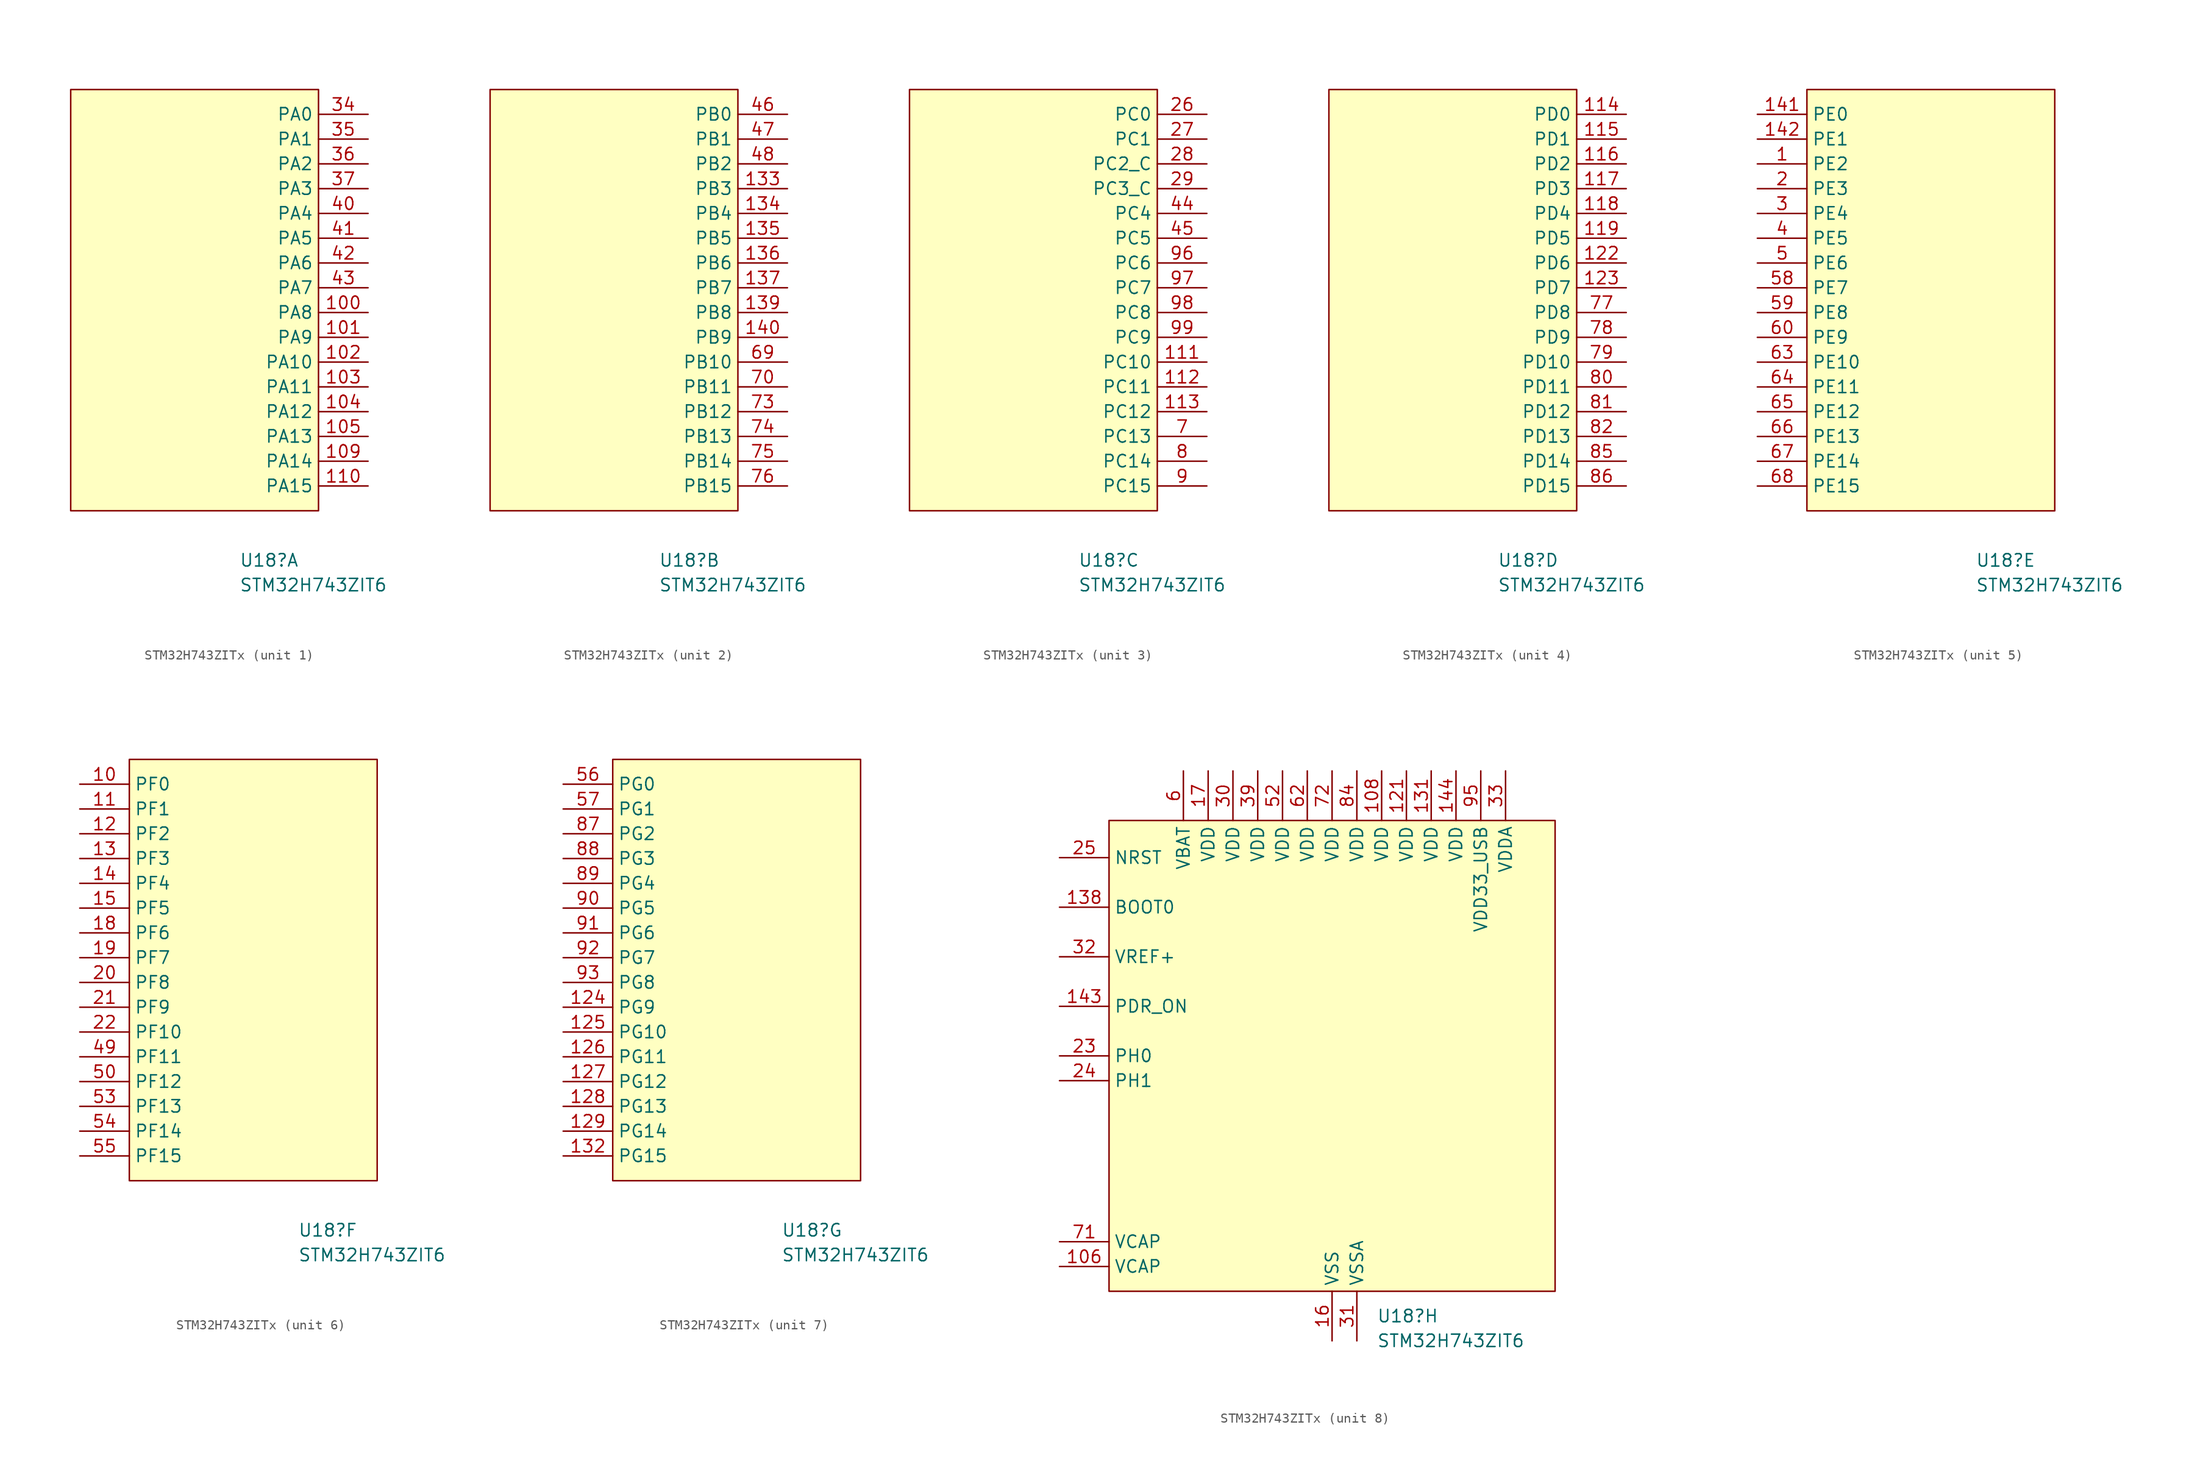
<source format=kicad_sym>
(kicad_symbol_lib
  (version 20241209)
  (generator "kicad_symbol_editor")
  (generator_version "9.0")
  (symbol "STM32H743ZITx"
    (property "Reference" "U18"
      (at 4.572 -26.67 0)
      (effects (font (size 1.27 1.27)) (justify left)))
    (property "Value" "STM32H743ZIT6"
      (at 4.572 -29.21 0)
      (effects (font (size 1.27 1.27)) (justify left)))
    (property "Arrow Part Number" ""
      (at 0 0 0)
      (effects (font (size 1.27 1.27))))
    (property "Arrow Price/Stock" ""
      (at 0 0 0)
      (effects (font (size 1.27 1.27))))
    (property "ki_locked" ""
      (at 0 0 0)
      (effects (font (size 1.27 1.27))))
    (symbol "STM32H743ZITx_1_1"
      (rectangle (start -12.7 21.59) (end 12.7 -21.59) (stroke (width 0) (type solid)) (fill (type background)))
      (pin bidirectional line (at 17.78 19.05 180) (length 5.08) (name "PA0" (effects (font (size 1.27 1.27)))) (number "34" (effects (font (size 1.27 1.27)))) (alternate "ADC1_INP16" bidirectional line) (alternate "ETH_CRS" bidirectional line) (alternate "PWR_WKUP1" bidirectional line) (alternate "SAI2_SD_B" bidirectional line) (alternate "SDMMC2_CMD" bidirectional line) (alternate "TIM15_BKIN" bidirectional line) (alternate "TIM2_CH1" bidirectional line) (alternate "TIM2_ETR" bidirectional line) (alternate "TIM5_CH1" bidirectional line) (alternate "TIM8_ETR" bidirectional line) (alternate "UART4_TX" bidirectional line) (alternate "USART2_CTS" bidirectional line) (alternate "USART2_NSS" bidirectional line))
      (pin bidirectional line (at 17.78 16.51 180) (length 5.08) (name "PA1" (effects (font (size 1.27 1.27)))) (number "35" (effects (font (size 1.27 1.27)))) (alternate "ADC1_INN16" bidirectional line) (alternate "ADC1_INP17" bidirectional line) (alternate "ETH_REF_CLK" bidirectional line) (alternate "ETH_RX_CLK" bidirectional line) (alternate "LPTIM3_OUT" bidirectional line) (alternate "LTDC_R2" bidirectional line) (alternate "QUADSPI_BK1_IO3" bidirectional line) (alternate "SAI2_MCLK_B" bidirectional line) (alternate "TIM15_CH1N" bidirectional line) (alternate "TIM2_CH2" bidirectional line) (alternate "TIM5_CH2" bidirectional line) (alternate "UART4_RX" bidirectional line) (alternate "USART2_DE" bidirectional line) (alternate "USART2_RTS" bidirectional line))
      (pin bidirectional line (at 17.78 13.97 180) (length 5.08) (name "PA2" (effects (font (size 1.27 1.27)))) (number "36" (effects (font (size 1.27 1.27)))) (alternate "ADC1_INP14" bidirectional line) (alternate "ADC2_INP14" bidirectional line) (alternate "ETH_MDIO" bidirectional line) (alternate "LPTIM4_OUT" bidirectional line) (alternate "LTDC_R1" bidirectional line) (alternate "MDIOS_MDIO" bidirectional line) (alternate "PWR_WKUP2" bidirectional line) (alternate "SAI2_SCK_B" bidirectional line) (alternate "TIM15_CH1" bidirectional line) (alternate "TIM2_CH3" bidirectional line) (alternate "TIM5_CH3" bidirectional line) (alternate "USART2_TX" bidirectional line))
      (pin bidirectional line (at 17.78 11.43 180) (length 5.08) (name "PA3" (effects (font (size 1.27 1.27)))) (number "37" (effects (font (size 1.27 1.27)))) (alternate "ADC1_INP15" bidirectional line) (alternate "ADC2_INP15" bidirectional line) (alternate "ETH_COL" bidirectional line) (alternate "LPTIM5_OUT" bidirectional line) (alternate "LTDC_B2" bidirectional line) (alternate "LTDC_B5" bidirectional line) (alternate "TIM15_CH2" bidirectional line) (alternate "TIM2_CH4" bidirectional line) (alternate "TIM5_CH4" bidirectional line) (alternate "USART2_RX" bidirectional line) (alternate "USB_OTG_HS_ULPI_D0" bidirectional line))
      (pin bidirectional line (at 17.78 8.89 180) (length 5.08) (name "PA4" (effects (font (size 1.27 1.27)))) (number "40" (effects (font (size 1.27 1.27)))) (alternate "ADC1_INP18" bidirectional line) (alternate "ADC2_INP18" bidirectional line) (alternate "DAC1_OUT1" bidirectional line) (alternate "DCMI_HSYNC" bidirectional line) (alternate "I2S1_WS" bidirectional line) (alternate "I2S3_WS" bidirectional line) (alternate "LTDC_VSYNC" bidirectional line) (alternate "SPI1_NSS" bidirectional line) (alternate "SPI3_NSS" bidirectional line) (alternate "SPI6_NSS" bidirectional line) (alternate "TIM5_ETR" bidirectional line) (alternate "USART2_CK" bidirectional line) (alternate "USB_OTG_HS_SOF" bidirectional line))
      (pin bidirectional line (at 17.78 6.35 180) (length 5.08) (name "PA5" (effects (font (size 1.27 1.27)))) (number "41" (effects (font (size 1.27 1.27)))) (alternate "ADC1_INN18" bidirectional line) (alternate "ADC1_INP19" bidirectional line) (alternate "ADC2_INN18" bidirectional line) (alternate "ADC2_INP19" bidirectional line) (alternate "DAC1_OUT2" bidirectional line) (alternate "I2S1_CK" bidirectional line) (alternate "LTDC_R4" bidirectional line) (alternate "PWR_NDSTOP2" bidirectional line) (alternate "SPI1_SCK" bidirectional line) (alternate "SPI6_SCK" bidirectional line) (alternate "TIM2_CH1" bidirectional line) (alternate "TIM2_ETR" bidirectional line) (alternate "TIM8_CH1N" bidirectional line) (alternate "USB_OTG_HS_ULPI_CK" bidirectional line))
      (pin bidirectional line (at 17.78 3.81 180) (length 5.08) (name "PA6" (effects (font (size 1.27 1.27)))) (number "42" (effects (font (size 1.27 1.27)))) (alternate "ADC1_INP3" bidirectional line) (alternate "ADC2_INP3" bidirectional line) (alternate "DCMI_PIXCLK" bidirectional line) (alternate "I2S1_SDI" bidirectional line) (alternate "LTDC_G2" bidirectional line) (alternate "MDIOS_MDC" bidirectional line) (alternate "SPI1_MISO" bidirectional line) (alternate "SPI6_MISO" bidirectional line) (alternate "TIM13_CH1" bidirectional line) (alternate "TIM1_BKIN" bidirectional line) (alternate "TIM1_BKIN_COMP1" bidirectional line) (alternate "TIM1_BKIN_COMP2" bidirectional line) (alternate "TIM3_CH1" bidirectional line) (alternate "TIM8_BKIN" bidirectional line) (alternate "TIM8_BKIN_COMP1" bidirectional line) (alternate "TIM8_BKIN_COMP2" bidirectional line))
      (pin bidirectional line (at 17.78 1.27 180) (length 5.08) (name "PA7" (effects (font (size 1.27 1.27)))) (number "43" (effects (font (size 1.27 1.27)))) (alternate "ADC1_INN3" bidirectional line) (alternate "ADC1_INP7" bidirectional line) (alternate "ADC2_INN3" bidirectional line) (alternate "ADC2_INP7" bidirectional line) (alternate "ETH_CRS_DV" bidirectional line) (alternate "ETH_RX_DV" bidirectional line) (alternate "FMC_SDNWE" bidirectional line) (alternate "I2S1_SDO" bidirectional line) (alternate "OPAMP1_VINM" bidirectional line) (alternate "OPAMP1_VINM1" bidirectional line) (alternate "SPI1_MOSI" bidirectional line) (alternate "SPI6_MOSI" bidirectional line) (alternate "TIM14_CH1" bidirectional line) (alternate "TIM1_CH1N" bidirectional line) (alternate "TIM3_CH2" bidirectional line) (alternate "TIM8_CH1N" bidirectional line))
      (pin bidirectional line (at 17.78 -1.27 180) (length 5.08) (name "PA8" (effects (font (size 1.27 1.27)))) (number "100" (effects (font (size 1.27 1.27)))) (alternate "HRTIM_CHB2" bidirectional line) (alternate "I2C3_SCL" bidirectional line) (alternate "LTDC_B3" bidirectional line) (alternate "LTDC_R6" bidirectional line) (alternate "RCC_MCO_1" bidirectional line) (alternate "TIM1_CH1" bidirectional line) (alternate "TIM8_BKIN2" bidirectional line) (alternate "TIM8_BKIN2_COMP1" bidirectional line) (alternate "TIM8_BKIN2_COMP2" bidirectional line) (alternate "UART7_RX" bidirectional line) (alternate "USART1_CK" bidirectional line) (alternate "USB_OTG_FS_SOF" bidirectional line))
      (pin bidirectional line (at 17.78 -3.81 180) (length 5.08) (name "PA9" (effects (font (size 1.27 1.27)))) (number "101" (effects (font (size 1.27 1.27)))) (alternate "DAC1_EXTI9" bidirectional line) (alternate "DCMI_D0" bidirectional line) (alternate "ETH_TX_ER" bidirectional line) (alternate "HRTIM_CHC1" bidirectional line) (alternate "I2C3_SMBA" bidirectional line) (alternate "I2S2_CK" bidirectional line) (alternate "LPUART1_TX" bidirectional line) (alternate "LTDC_R5" bidirectional line) (alternate "SPI2_SCK" bidirectional line) (alternate "TIM1_CH2" bidirectional line) (alternate "USART1_TX" bidirectional line) (alternate "USB_OTG_FS_VBUS" bidirectional line))
      (pin bidirectional line (at 17.78 -6.35 180) (length 5.08) (name "PA10" (effects (font (size 1.27 1.27)))) (number "102" (effects (font (size 1.27 1.27)))) (alternate "DCMI_D1" bidirectional line) (alternate "HRTIM_CHC2" bidirectional line) (alternate "LPUART1_RX" bidirectional line) (alternate "LTDC_B1" bidirectional line) (alternate "LTDC_B4" bidirectional line) (alternate "MDIOS_MDIO" bidirectional line) (alternate "TIM1_CH3" bidirectional line) (alternate "USART1_RX" bidirectional line) (alternate "USB_OTG_FS_ID" bidirectional line))
      (pin bidirectional line (at 17.78 -8.89 180) (length 5.08) (name "PA11" (effects (font (size 1.27 1.27)))) (number "103" (effects (font (size 1.27 1.27)))) (alternate "ADC1_EXTI11" bidirectional line) (alternate "ADC2_EXTI11" bidirectional line) (alternate "ADC3_EXTI11" bidirectional line) (alternate "FDCAN1_RX" bidirectional line) (alternate "HRTIM_CHD1" bidirectional line) (alternate "I2S2_WS" bidirectional line) (alternate "LPUART1_CTS" bidirectional line) (alternate "LTDC_R4" bidirectional line) (alternate "SPI2_NSS" bidirectional line) (alternate "TIM1_CH4" bidirectional line) (alternate "UART4_RX" bidirectional line) (alternate "USART1_CTS" bidirectional line) (alternate "USART1_NSS" bidirectional line) (alternate "USB_OTG_FS_DM" bidirectional line))
      (pin bidirectional line (at 17.78 -11.43 180) (length 5.08) (name "PA12" (effects (font (size 1.27 1.27)))) (number "104" (effects (font (size 1.27 1.27)))) (alternate "FDCAN1_TX" bidirectional line) (alternate "HRTIM_CHD2" bidirectional line) (alternate "I2S2_CK" bidirectional line) (alternate "LPUART1_DE" bidirectional line) (alternate "LPUART1_RTS" bidirectional line) (alternate "LTDC_R5" bidirectional line) (alternate "SAI2_FS_B" bidirectional line) (alternate "SPI2_SCK" bidirectional line) (alternate "TIM1_ETR" bidirectional line) (alternate "UART4_TX" bidirectional line) (alternate "USART1_DE" bidirectional line) (alternate "USART1_RTS" bidirectional line) (alternate "USB_OTG_FS_DP" bidirectional line))
      (pin bidirectional line (at 17.78 -13.97 180) (length 5.08) (name "PA13" (effects (font (size 1.27 1.27)))) (number "105" (effects (font (size 1.27 1.27)))) (alternate "DEBUG_JTMS-SWDIO" bidirectional line))
      (pin bidirectional line (at 17.78 -16.51 180) (length 5.08) (name "PA14" (effects (font (size 1.27 1.27)))) (number "109" (effects (font (size 1.27 1.27)))) (alternate "DEBUG_JTCK-SWCLK" bidirectional line))
      (pin bidirectional line (at 17.78 -19.05 180) (length 5.08) (name "PA15" (effects (font (size 1.27 1.27)))) (number "110" (effects (font (size 1.27 1.27)))) (alternate "ADC1_EXTI15" bidirectional line) (alternate "ADC2_EXTI15" bidirectional line) (alternate "ADC3_EXTI15" bidirectional line) (alternate "CEC" bidirectional line) (alternate "DEBUG_JTDI" bidirectional line) (alternate "HRTIM_FLT1" bidirectional line) (alternate "I2S1_WS" bidirectional line) (alternate "I2S3_WS" bidirectional line) (alternate "SPI1_NSS" bidirectional line) (alternate "SPI3_NSS" bidirectional line) (alternate "SPI6_NSS" bidirectional line) (alternate "TIM2_CH1" bidirectional line) (alternate "TIM2_ETR" bidirectional line) (alternate "UART4_DE" bidirectional line) (alternate "UART4_RTS" bidirectional line) (alternate "UART7_TX" bidirectional line)))
    (symbol "STM32H743ZITx_2_1"
      (rectangle (start -12.7 21.59) (end 12.7 -21.59) (stroke (width 0) (type solid)) (fill (type background)))
      (pin bidirectional line (at 17.78 19.05 180) (length 5.08) (name "PB0" (effects (font (size 1.27 1.27)))) (number "46" (effects (font (size 1.27 1.27)))) (alternate "ADC1_INN5" bidirectional line) (alternate "ADC1_INP9" bidirectional line) (alternate "ADC2_INN5" bidirectional line) (alternate "ADC2_INP9" bidirectional line) (alternate "COMP1_INP" bidirectional line) (alternate "DFSDM1_CKOUT" bidirectional line) (alternate "ETH_RXD2" bidirectional line) (alternate "LTDC_G1" bidirectional line) (alternate "LTDC_R3" bidirectional line) (alternate "OPAMP1_VINP" bidirectional line) (alternate "TIM1_CH2N" bidirectional line) (alternate "TIM3_CH3" bidirectional line) (alternate "TIM8_CH2N" bidirectional line) (alternate "UART4_CTS" bidirectional line) (alternate "USB_OTG_HS_ULPI_D1" bidirectional line))
      (pin bidirectional line (at 17.78 16.51 180) (length 5.08) (name "PB1" (effects (font (size 1.27 1.27)))) (number "47" (effects (font (size 1.27 1.27)))) (alternate "ADC1_INP5" bidirectional line) (alternate "ADC2_INP5" bidirectional line) (alternate "COMP1_INM" bidirectional line) (alternate "DFSDM1_DATIN1" bidirectional line) (alternate "ETH_RXD3" bidirectional line) (alternate "LTDC_G0" bidirectional line) (alternate "LTDC_R6" bidirectional line) (alternate "TIM1_CH3N" bidirectional line) (alternate "TIM3_CH4" bidirectional line) (alternate "TIM8_CH3N" bidirectional line) (alternate "USB_OTG_HS_ULPI_D2" bidirectional line))
      (pin bidirectional line (at 17.78 13.97 180) (length 5.08) (name "PB2" (effects (font (size 1.27 1.27)))) (number "48" (effects (font (size 1.27 1.27)))) (alternate "COMP1_INP" bidirectional line) (alternate "DFSDM1_CKIN1" bidirectional line) (alternate "ETH_TX_ER" bidirectional line) (alternate "I2S3_SDO" bidirectional line) (alternate "QUADSPI_CLK" bidirectional line) (alternate "RTC_OUT_ALARM" bidirectional line) (alternate "RTC_OUT_CALIB" bidirectional line) (alternate "SAI1_D1" bidirectional line) (alternate "SAI1_SD_A" bidirectional line) (alternate "SAI4_D1" bidirectional line) (alternate "SAI4_SD_A" bidirectional line) (alternate "SPI3_MOSI" bidirectional line))
      (pin bidirectional line (at 17.78 11.43 180) (length 5.08) (name "PB3" (effects (font (size 1.27 1.27)))) (number "133" (effects (font (size 1.27 1.27)))) (alternate "CRS_SYNC" bidirectional line) (alternate "DEBUG_JTDO-SWO" bidirectional line) (alternate "HRTIM_FLT4" bidirectional line) (alternate "I2S1_CK" bidirectional line) (alternate "I2S3_CK" bidirectional line) (alternate "SDMMC2_D2" bidirectional line) (alternate "SPI1_SCK" bidirectional line) (alternate "SPI3_SCK" bidirectional line) (alternate "SPI6_SCK" bidirectional line) (alternate "TIM2_CH2" bidirectional line) (alternate "UART7_RX" bidirectional line))
      (pin bidirectional line (at 17.78 8.89 180) (length 5.08) (name "PB4" (effects (font (size 1.27 1.27)))) (number "134" (effects (font (size 1.27 1.27)))) (alternate "DEBUG_JTRST" bidirectional line) (alternate "HRTIM_EEV6" bidirectional line) (alternate "I2S1_SDI" bidirectional line) (alternate "I2S2_WS" bidirectional line) (alternate "I2S3_SDI" bidirectional line) (alternate "SDMMC2_D3" bidirectional line) (alternate "SPI1_MISO" bidirectional line) (alternate "SPI2_NSS" bidirectional line) (alternate "SPI3_MISO" bidirectional line) (alternate "SPI6_MISO" bidirectional line) (alternate "TIM16_BKIN" bidirectional line) (alternate "TIM3_CH1" bidirectional line) (alternate "UART7_TX" bidirectional line))
      (pin bidirectional line (at 17.78 6.35 180) (length 5.08) (name "PB5" (effects (font (size 1.27 1.27)))) (number "135" (effects (font (size 1.27 1.27)))) (alternate "DCMI_D10" bidirectional line) (alternate "ETH_PPS_OUT" bidirectional line) (alternate "FDCAN2_RX" bidirectional line) (alternate "FMC_SDCKE1" bidirectional line) (alternate "HRTIM_EEV7" bidirectional line) (alternate "I2C1_SMBA" bidirectional line) (alternate "I2C4_SMBA" bidirectional line) (alternate "I2S1_SDO" bidirectional line) (alternate "I2S3_SDO" bidirectional line) (alternate "SPI1_MOSI" bidirectional line) (alternate "SPI3_MOSI" bidirectional line) (alternate "SPI6_MOSI" bidirectional line) (alternate "TIM17_BKIN" bidirectional line) (alternate "TIM3_CH2" bidirectional line) (alternate "UART5_RX" bidirectional line) (alternate "USB_OTG_HS_ULPI_D7" bidirectional line))
      (pin bidirectional line (at 17.78 3.81 180) (length 5.08) (name "PB6" (effects (font (size 1.27 1.27)))) (number "136" (effects (font (size 1.27 1.27)))) (alternate "CEC" bidirectional line) (alternate "DCMI_D5" bidirectional line) (alternate "DFSDM1_DATIN5" bidirectional line) (alternate "FDCAN2_TX" bidirectional line) (alternate "FMC_SDNE1" bidirectional line) (alternate "HRTIM_EEV8" bidirectional line) (alternate "I2C1_SCL" bidirectional line) (alternate "I2C4_SCL" bidirectional line) (alternate "LPUART1_TX" bidirectional line) (alternate "QUADSPI_BK1_NCS" bidirectional line) (alternate "TIM16_CH1N" bidirectional line) (alternate "TIM4_CH1" bidirectional line) (alternate "UART5_TX" bidirectional line) (alternate "USART1_TX" bidirectional line))
      (pin bidirectional line (at 17.78 1.27 180) (length 5.08) (name "PB7" (effects (font (size 1.27 1.27)))) (number "137" (effects (font (size 1.27 1.27)))) (alternate "DCMI_VSYNC" bidirectional line) (alternate "DFSDM1_CKIN5" bidirectional line) (alternate "FMC_NL" bidirectional line) (alternate "HRTIM_EEV9" bidirectional line) (alternate "I2C1_SDA" bidirectional line) (alternate "I2C4_SDA" bidirectional line) (alternate "LPUART1_RX" bidirectional line) (alternate "PWR_PVD_IN" bidirectional line) (alternate "TIM17_CH1N" bidirectional line) (alternate "TIM4_CH2" bidirectional line) (alternate "USART1_RX" bidirectional line))
      (pin bidirectional line (at 17.78 -1.27 180) (length 5.08) (name "PB8" (effects (font (size 1.27 1.27)))) (number "139" (effects (font (size 1.27 1.27)))) (alternate "DCMI_D6" bidirectional line) (alternate "DFSDM1_CKIN7" bidirectional line) (alternate "ETH_TXD3" bidirectional line) (alternate "FDCAN1_RX" bidirectional line) (alternate "I2C1_SCL" bidirectional line) (alternate "I2C4_SCL" bidirectional line) (alternate "LTDC_B6" bidirectional line) (alternate "SDMMC1_CKIN" bidirectional line) (alternate "SDMMC1_D4" bidirectional line) (alternate "SDMMC2_D4" bidirectional line) (alternate "TIM16_CH1" bidirectional line) (alternate "TIM4_CH3" bidirectional line) (alternate "UART4_RX" bidirectional line))
      (pin bidirectional line (at 17.78 -3.81 180) (length 5.08) (name "PB9" (effects (font (size 1.27 1.27)))) (number "140" (effects (font (size 1.27 1.27)))) (alternate "DAC1_EXTI9" bidirectional line) (alternate "DCMI_D7" bidirectional line) (alternate "DFSDM1_DATIN7" bidirectional line) (alternate "FDCAN1_TX" bidirectional line) (alternate "I2C1_SDA" bidirectional line) (alternate "I2C4_SDA" bidirectional line) (alternate "I2C4_SMBA" bidirectional line) (alternate "I2S2_WS" bidirectional line) (alternate "LTDC_B7" bidirectional line) (alternate "SDMMC1_CDIR" bidirectional line) (alternate "SDMMC1_D5" bidirectional line) (alternate "SDMMC2_D5" bidirectional line) (alternate "SPI2_NSS" bidirectional line) (alternate "TIM17_CH1" bidirectional line) (alternate "TIM4_CH4" bidirectional line) (alternate "UART4_TX" bidirectional line))
      (pin bidirectional line (at 17.78 -6.35 180) (length 5.08) (name "PB10" (effects (font (size 1.27 1.27)))) (number "69" (effects (font (size 1.27 1.27)))) (alternate "DFSDM1_DATIN7" bidirectional line) (alternate "ETH_RX_ER" bidirectional line) (alternate "HRTIM_SCOUT" bidirectional line) (alternate "I2C2_SCL" bidirectional line) (alternate "I2S2_CK" bidirectional line) (alternate "LPTIM2_IN1" bidirectional line) (alternate "LTDC_G4" bidirectional line) (alternate "QUADSPI_BK1_NCS" bidirectional line) (alternate "SPI2_SCK" bidirectional line) (alternate "TIM2_CH3" bidirectional line) (alternate "USART3_TX" bidirectional line) (alternate "USB_OTG_HS_ULPI_D3" bidirectional line))
      (pin bidirectional line (at 17.78 -8.89 180) (length 5.08) (name "PB11" (effects (font (size 1.27 1.27)))) (number "70" (effects (font (size 1.27 1.27)))) (alternate "ADC1_EXTI11" bidirectional line) (alternate "ADC2_EXTI11" bidirectional line) (alternate "ADC3_EXTI11" bidirectional line) (alternate "DFSDM1_CKIN7" bidirectional line) (alternate "ETH_TX_EN" bidirectional line) (alternate "HRTIM_SCIN" bidirectional line) (alternate "I2C2_SDA" bidirectional line) (alternate "LPTIM2_ETR" bidirectional line) (alternate "LTDC_G5" bidirectional line) (alternate "TIM2_CH4" bidirectional line) (alternate "USART3_RX" bidirectional line) (alternate "USB_OTG_HS_ULPI_D4" bidirectional line))
      (pin bidirectional line (at 17.78 -11.43 180) (length 5.08) (name "PB12" (effects (font (size 1.27 1.27)))) (number "73" (effects (font (size 1.27 1.27)))) (alternate "DFSDM1_DATIN1" bidirectional line) (alternate "ETH_TXD0" bidirectional line) (alternate "FDCAN2_RX" bidirectional line) (alternate "I2C2_SMBA" bidirectional line) (alternate "I2S2_WS" bidirectional line) (alternate "SPI2_NSS" bidirectional line) (alternate "TIM1_BKIN" bidirectional line) (alternate "TIM1_BKIN_COMP1" bidirectional line) (alternate "TIM1_BKIN_COMP2" bidirectional line) (alternate "UART5_RX" bidirectional line) (alternate "USART3_CK" bidirectional line) (alternate "USB_OTG_HS_ID" bidirectional line) (alternate "USB_OTG_HS_ULPI_D5" bidirectional line))
      (pin bidirectional line (at 17.78 -13.97 180) (length 5.08) (name "PB13" (effects (font (size 1.27 1.27)))) (number "74" (effects (font (size 1.27 1.27)))) (alternate "DFSDM1_CKIN1" bidirectional line) (alternate "ETH_TXD1" bidirectional line) (alternate "FDCAN2_TX" bidirectional line) (alternate "I2S2_CK" bidirectional line) (alternate "LPTIM2_OUT" bidirectional line) (alternate "SPI2_SCK" bidirectional line) (alternate "TIM1_CH1N" bidirectional line) (alternate "UART5_TX" bidirectional line) (alternate "USART3_CTS" bidirectional line) (alternate "USART3_NSS" bidirectional line) (alternate "USB_OTG_HS_ULPI_D6" bidirectional line) (alternate "USB_OTG_HS_VBUS" bidirectional line))
      (pin bidirectional line (at 17.78 -16.51 180) (length 5.08) (name "PB14" (effects (font (size 1.27 1.27)))) (number "75" (effects (font (size 1.27 1.27)))) (alternate "DFSDM1_DATIN2" bidirectional line) (alternate "I2S2_SDI" bidirectional line) (alternate "SDMMC2_D0" bidirectional line) (alternate "SPI2_MISO" bidirectional line) (alternate "TIM12_CH1" bidirectional line) (alternate "TIM1_CH2N" bidirectional line) (alternate "TIM8_CH2N" bidirectional line) (alternate "UART4_DE" bidirectional line) (alternate "UART4_RTS" bidirectional line) (alternate "USART1_TX" bidirectional line) (alternate "USART3_DE" bidirectional line) (alternate "USART3_RTS" bidirectional line) (alternate "USB_OTG_HS_DM" bidirectional line))
      (pin bidirectional line (at 17.78 -19.05 180) (length 5.08) (name "PB15" (effects (font (size 1.27 1.27)))) (number "76" (effects (font (size 1.27 1.27)))) (alternate "ADC1_EXTI15" bidirectional line) (alternate "ADC2_EXTI15" bidirectional line) (alternate "ADC3_EXTI15" bidirectional line) (alternate "DFSDM1_CKIN2" bidirectional line) (alternate "I2S2_SDO" bidirectional line) (alternate "RTC_REFIN" bidirectional line) (alternate "SDMMC2_D1" bidirectional line) (alternate "SPI2_MOSI" bidirectional line) (alternate "TIM12_CH2" bidirectional line) (alternate "TIM1_CH3N" bidirectional line) (alternate "TIM8_CH3N" bidirectional line) (alternate "UART4_CTS" bidirectional line) (alternate "USART1_RX" bidirectional line) (alternate "USB_OTG_HS_DP" bidirectional line)))
    (symbol "STM32H743ZITx_3_1"
      (rectangle (start -12.7 21.59) (end 12.7 -21.59) (stroke (width 0) (type solid)) (fill (type background)))
      (pin bidirectional line (at 17.78 19.05 180) (length 5.08) (name "PC0" (effects (font (size 1.27 1.27)))) (number "26" (effects (font (size 1.27 1.27)))) (alternate "ADC1_INP10" bidirectional line) (alternate "ADC2_INP10" bidirectional line) (alternate "ADC3_INP10" bidirectional line) (alternate "DFSDM1_CKIN0" bidirectional line) (alternate "DFSDM1_DATIN4" bidirectional line) (alternate "FMC_SDNWE" bidirectional line) (alternate "LTDC_R5" bidirectional line) (alternate "SAI2_FS_B" bidirectional line) (alternate "USB_OTG_HS_ULPI_STP" bidirectional line))
      (pin bidirectional line (at 17.78 16.51 180) (length 5.08) (name "PC1" (effects (font (size 1.27 1.27)))) (number "27" (effects (font (size 1.27 1.27)))) (alternate "ADC1_INN10" bidirectional line) (alternate "ADC1_INP11" bidirectional line) (alternate "ADC2_INN10" bidirectional line) (alternate "ADC2_INP11" bidirectional line) (alternate "ADC3_INN10" bidirectional line) (alternate "ADC3_INP11" bidirectional line) (alternate "DEBUG_TRACED0" bidirectional line) (alternate "DFSDM1_CKIN4" bidirectional line) (alternate "DFSDM1_DATIN0" bidirectional line) (alternate "ETH_MDC" bidirectional line) (alternate "I2S2_SDO" bidirectional line) (alternate "MDIOS_MDC" bidirectional line) (alternate "PWR_WKUP6" bidirectional line) (alternate "RTC_TAMP3" bidirectional line) (alternate "SAI1_D1" bidirectional line) (alternate "SAI1_SD_A" bidirectional line) (alternate "SAI4_D1" bidirectional line) (alternate "SAI4_SD_A" bidirectional line) (alternate "SDMMC2_CK" bidirectional line) (alternate "SPI2_MOSI" bidirectional line))
      (pin bidirectional line (at 17.78 13.97 180) (length 5.08) (name "PC2_C" (effects (font (size 1.27 1.27)))) (number "28" (effects (font (size 1.27 1.27)))) (alternate "ADC3_INN1" bidirectional line) (alternate "ADC3_INP0" bidirectional line) (alternate "DFSDM1_CKIN1" bidirectional line) (alternate "DFSDM1_CKOUT" bidirectional line) (alternate "ETH_TXD2" bidirectional line) (alternate "FMC_SDNE0" bidirectional line) (alternate "I2S2_SDI" bidirectional line) (alternate "PWR_CSTOP" bidirectional line) (alternate "SPI2_MISO" bidirectional line) (alternate "USB_OTG_HS_ULPI_DIR" bidirectional line))
      (pin bidirectional line (at 17.78 11.43 180) (length 5.08) (name "PC3_C" (effects (font (size 1.27 1.27)))) (number "29" (effects (font (size 1.27 1.27)))) (alternate "ADC3_INP1" bidirectional line) (alternate "DFSDM1_DATIN1" bidirectional line) (alternate "ETH_TX_CLK" bidirectional line) (alternate "FMC_SDCKE0" bidirectional line) (alternate "I2S2_SDO" bidirectional line) (alternate "PWR_CSLEEP" bidirectional line) (alternate "SPI2_MOSI" bidirectional line) (alternate "USB_OTG_HS_ULPI_NXT" bidirectional line))
      (pin bidirectional line (at 17.78 8.89 180) (length 5.08) (name "PC4" (effects (font (size 1.27 1.27)))) (number "44" (effects (font (size 1.27 1.27)))) (alternate "ADC1_INP4" bidirectional line) (alternate "ADC2_INP4" bidirectional line) (alternate "COMP1_INM" bidirectional line) (alternate "DFSDM1_CKIN2" bidirectional line) (alternate "ETH_RXD0" bidirectional line) (alternate "FMC_SDNE0" bidirectional line) (alternate "I2S1_MCK" bidirectional line) (alternate "OPAMP1_VOUT" bidirectional line) (alternate "SPDIFRX1_IN2" bidirectional line))
      (pin bidirectional line (at 17.78 6.35 180) (length 5.08) (name "PC5" (effects (font (size 1.27 1.27)))) (number "45" (effects (font (size 1.27 1.27)))) (alternate "ADC1_INN4" bidirectional line) (alternate "ADC1_INP8" bidirectional line) (alternate "ADC2_INN4" bidirectional line) (alternate "ADC2_INP8" bidirectional line) (alternate "COMP1_OUT" bidirectional line) (alternate "DFSDM1_DATIN2" bidirectional line) (alternate "ETH_RXD1" bidirectional line) (alternate "FMC_SDCKE0" bidirectional line) (alternate "OPAMP1_VINM" bidirectional line) (alternate "OPAMP1_VINM0" bidirectional line) (alternate "SAI1_D3" bidirectional line) (alternate "SAI4_D3" bidirectional line) (alternate "SPDIFRX1_IN3" bidirectional line))
      (pin bidirectional line (at 17.78 3.81 180) (length 5.08) (name "PC6" (effects (font (size 1.27 1.27)))) (number "96" (effects (font (size 1.27 1.27)))) (alternate "DCMI_D0" bidirectional line) (alternate "DFSDM1_CKIN3" bidirectional line) (alternate "FMC_NWAIT" bidirectional line) (alternate "HRTIM_CHA1" bidirectional line) (alternate "I2S2_MCK" bidirectional line) (alternate "LTDC_HSYNC" bidirectional line) (alternate "SDMMC1_D0DIR" bidirectional line) (alternate "SDMMC1_D6" bidirectional line) (alternate "SDMMC2_D6" bidirectional line) (alternate "SWPMI1_IO" bidirectional line) (alternate "TIM3_CH1" bidirectional line) (alternate "TIM8_CH1" bidirectional line) (alternate "USART6_TX" bidirectional line))
      (pin bidirectional line (at 17.78 1.27 180) (length 5.08) (name "PC7" (effects (font (size 1.27 1.27)))) (number "97" (effects (font (size 1.27 1.27)))) (alternate "DCMI_D1" bidirectional line) (alternate "DEBUG_TRGIO" bidirectional line) (alternate "DFSDM1_DATIN3" bidirectional line) (alternate "FMC_NE1" bidirectional line) (alternate "HRTIM_CHA2" bidirectional line) (alternate "I2S3_MCK" bidirectional line) (alternate "LTDC_G6" bidirectional line) (alternate "SDMMC1_D123DIR" bidirectional line) (alternate "SDMMC1_D7" bidirectional line) (alternate "SDMMC2_D7" bidirectional line) (alternate "SWPMI1_TX" bidirectional line) (alternate "TIM3_CH2" bidirectional line) (alternate "TIM8_CH2" bidirectional line) (alternate "USART6_RX" bidirectional line))
      (pin bidirectional line (at 17.78 -1.27 180) (length 5.08) (name "PC8" (effects (font (size 1.27 1.27)))) (number "98" (effects (font (size 1.27 1.27)))) (alternate "DCMI_D2" bidirectional line) (alternate "DEBUG_TRACED1" bidirectional line) (alternate "FMC_NCE" bidirectional line) (alternate "FMC_NE2" bidirectional line) (alternate "HRTIM_CHB1" bidirectional line) (alternate "SDMMC1_D0" bidirectional line) (alternate "SWPMI1_RX" bidirectional line) (alternate "TIM3_CH3" bidirectional line) (alternate "TIM8_CH3" bidirectional line) (alternate "UART5_DE" bidirectional line) (alternate "UART5_RTS" bidirectional line) (alternate "USART6_CK" bidirectional line))
      (pin bidirectional line (at 17.78 -3.81 180) (length 5.08) (name "PC9" (effects (font (size 1.27 1.27)))) (number "99" (effects (font (size 1.27 1.27)))) (alternate "DAC1_EXTI9" bidirectional line) (alternate "DCMI_D3" bidirectional line) (alternate "I2C3_SDA" bidirectional line) (alternate "I2S_CKIN" bidirectional line) (alternate "LTDC_B2" bidirectional line) (alternate "LTDC_G3" bidirectional line) (alternate "QUADSPI_BK1_IO0" bidirectional line) (alternate "RCC_MCO_2" bidirectional line) (alternate "SDMMC1_D1" bidirectional line) (alternate "SWPMI1_SUSPEND" bidirectional line) (alternate "TIM3_CH4" bidirectional line) (alternate "TIM8_CH4" bidirectional line) (alternate "UART5_CTS" bidirectional line))
      (pin bidirectional line (at 17.78 -6.35 180) (length 5.08) (name "PC10" (effects (font (size 1.27 1.27)))) (number "111" (effects (font (size 1.27 1.27)))) (alternate "DCMI_D8" bidirectional line) (alternate "DFSDM1_CKIN5" bidirectional line) (alternate "HRTIM_EEV1" bidirectional line) (alternate "I2S3_CK" bidirectional line) (alternate "LTDC_R2" bidirectional line) (alternate "QUADSPI_BK1_IO1" bidirectional line) (alternate "SDMMC1_D2" bidirectional line) (alternate "SPI3_SCK" bidirectional line) (alternate "UART4_TX" bidirectional line) (alternate "USART3_TX" bidirectional line))
      (pin bidirectional line (at 17.78 -8.89 180) (length 5.08) (name "PC11" (effects (font (size 1.27 1.27)))) (number "112" (effects (font (size 1.27 1.27)))) (alternate "ADC1_EXTI11" bidirectional line) (alternate "ADC2_EXTI11" bidirectional line) (alternate "ADC3_EXTI11" bidirectional line) (alternate "DCMI_D4" bidirectional line) (alternate "DFSDM1_DATIN5" bidirectional line) (alternate "HRTIM_FLT2" bidirectional line) (alternate "I2S3_SDI" bidirectional line) (alternate "QUADSPI_BK2_NCS" bidirectional line) (alternate "SDMMC1_D3" bidirectional line) (alternate "SPI3_MISO" bidirectional line) (alternate "UART4_RX" bidirectional line) (alternate "USART3_RX" bidirectional line))
      (pin bidirectional line (at 17.78 -11.43 180) (length 5.08) (name "PC12" (effects (font (size 1.27 1.27)))) (number "113" (effects (font (size 1.27 1.27)))) (alternate "DCMI_D9" bidirectional line) (alternate "DEBUG_TRACED3" bidirectional line) (alternate "HRTIM_EEV2" bidirectional line) (alternate "I2S3_SDO" bidirectional line) (alternate "SDMMC1_CK" bidirectional line) (alternate "SPI3_MOSI" bidirectional line) (alternate "UART5_TX" bidirectional line) (alternate "USART3_CK" bidirectional line))
      (pin bidirectional line (at 17.78 -13.97 180) (length 5.08) (name "PC13" (effects (font (size 1.27 1.27)))) (number "7" (effects (font (size 1.27 1.27)))) (alternate "PWR_WKUP4" bidirectional line) (alternate "RTC_OUT_ALARM" bidirectional line) (alternate "RTC_OUT_CALIB" bidirectional line) (alternate "RTC_TAMP1" bidirectional line) (alternate "RTC_TS" bidirectional line))
      (pin bidirectional line (at 17.78 -16.51 180) (length 5.08) (name "PC14" (effects (font (size 1.27 1.27)))) (number "8" (effects (font (size 1.27 1.27)))) (alternate "RCC_OSC32_IN" bidirectional line))
      (pin bidirectional line (at 17.78 -19.05 180) (length 5.08) (name "PC15" (effects (font (size 1.27 1.27)))) (number "9" (effects (font (size 1.27 1.27)))) (alternate "ADC1_EXTI15" bidirectional line) (alternate "ADC2_EXTI15" bidirectional line) (alternate "ADC3_EXTI15" bidirectional line) (alternate "RCC_OSC32_OUT" bidirectional line)))
    (symbol "STM32H743ZITx_4_1"
      (rectangle (start -12.7 21.59) (end 12.7 -21.59) (stroke (width 0) (type solid)) (fill (type background)))
      (pin bidirectional line (at 17.78 19.05 180) (length 5.08) (name "PD0" (effects (font (size 1.27 1.27)))) (number "114" (effects (font (size 1.27 1.27)))) (alternate "DFSDM1_CKIN6" bidirectional line) (alternate "FDCAN1_RX" bidirectional line) (alternate "FMC_D2" bidirectional line) (alternate "FMC_DA2" bidirectional line) (alternate "SAI3_SCK_A" bidirectional line) (alternate "UART4_RX" bidirectional line))
      (pin bidirectional line (at 17.78 16.51 180) (length 5.08) (name "PD1" (effects (font (size 1.27 1.27)))) (number "115" (effects (font (size 1.27 1.27)))) (alternate "DFSDM1_DATIN6" bidirectional line) (alternate "FDCAN1_TX" bidirectional line) (alternate "FMC_D3" bidirectional line) (alternate "FMC_DA3" bidirectional line) (alternate "SAI3_SD_A" bidirectional line) (alternate "UART4_TX" bidirectional line))
      (pin bidirectional line (at 17.78 13.97 180) (length 5.08) (name "PD2" (effects (font (size 1.27 1.27)))) (number "116" (effects (font (size 1.27 1.27)))) (alternate "DCMI_D11" bidirectional line) (alternate "DEBUG_TRACED2" bidirectional line) (alternate "SDMMC1_CMD" bidirectional line) (alternate "TIM3_ETR" bidirectional line) (alternate "UART5_RX" bidirectional line))
      (pin bidirectional line (at 17.78 11.43 180) (length 5.08) (name "PD3" (effects (font (size 1.27 1.27)))) (number "117" (effects (font (size 1.27 1.27)))) (alternate "DCMI_D5" bidirectional line) (alternate "DFSDM1_CKOUT" bidirectional line) (alternate "FMC_CLK" bidirectional line) (alternate "I2S2_CK" bidirectional line) (alternate "LTDC_G7" bidirectional line) (alternate "SPI2_SCK" bidirectional line) (alternate "USART2_CTS" bidirectional line) (alternate "USART2_NSS" bidirectional line))
      (pin bidirectional line (at 17.78 8.89 180) (length 5.08) (name "PD4" (effects (font (size 1.27 1.27)))) (number "118" (effects (font (size 1.27 1.27)))) (alternate "FMC_NOE" bidirectional line) (alternate "HRTIM_FLT3" bidirectional line) (alternate "SAI3_FS_A" bidirectional line) (alternate "USART2_DE" bidirectional line) (alternate "USART2_RTS" bidirectional line))
      (pin bidirectional line (at 17.78 6.35 180) (length 5.08) (name "PD5" (effects (font (size 1.27 1.27)))) (number "119" (effects (font (size 1.27 1.27)))) (alternate "FMC_NWE" bidirectional line) (alternate "HRTIM_EEV3" bidirectional line) (alternate "USART2_TX" bidirectional line))
      (pin bidirectional line (at 17.78 3.81 180) (length 5.08) (name "PD6" (effects (font (size 1.27 1.27)))) (number "122" (effects (font (size 1.27 1.27)))) (alternate "DCMI_D10" bidirectional line) (alternate "DFSDM1_CKIN4" bidirectional line) (alternate "DFSDM1_DATIN1" bidirectional line) (alternate "FMC_NWAIT" bidirectional line) (alternate "I2S3_SDO" bidirectional line) (alternate "LTDC_B2" bidirectional line) (alternate "SAI1_D1" bidirectional line) (alternate "SAI1_SD_A" bidirectional line) (alternate "SAI4_D1" bidirectional line) (alternate "SAI4_SD_A" bidirectional line) (alternate "SDMMC2_CK" bidirectional line) (alternate "SPI3_MOSI" bidirectional line) (alternate "USART2_RX" bidirectional line))
      (pin bidirectional line (at 17.78 1.27 180) (length 5.08) (name "PD7" (effects (font (size 1.27 1.27)))) (number "123" (effects (font (size 1.27 1.27)))) (alternate "DFSDM1_CKIN1" bidirectional line) (alternate "DFSDM1_DATIN4" bidirectional line) (alternate "FMC_NE1" bidirectional line) (alternate "I2S1_SDO" bidirectional line) (alternate "SDMMC2_CMD" bidirectional line) (alternate "SPDIFRX1_IN0" bidirectional line) (alternate "SPI1_MOSI" bidirectional line) (alternate "USART2_CK" bidirectional line))
      (pin bidirectional line (at 17.78 -1.27 180) (length 5.08) (name "PD8" (effects (font (size 1.27 1.27)))) (number "77" (effects (font (size 1.27 1.27)))) (alternate "DFSDM1_CKIN3" bidirectional line) (alternate "FMC_D13" bidirectional line) (alternate "FMC_DA13" bidirectional line) (alternate "SAI3_SCK_B" bidirectional line) (alternate "SPDIFRX1_IN1" bidirectional line) (alternate "USART3_TX" bidirectional line))
      (pin bidirectional line (at 17.78 -3.81 180) (length 5.08) (name "PD9" (effects (font (size 1.27 1.27)))) (number "78" (effects (font (size 1.27 1.27)))) (alternate "DAC1_EXTI9" bidirectional line) (alternate "DFSDM1_DATIN3" bidirectional line) (alternate "FMC_D14" bidirectional line) (alternate "FMC_DA14" bidirectional line) (alternate "SAI3_SD_B" bidirectional line) (alternate "USART3_RX" bidirectional line))
      (pin bidirectional line (at 17.78 -6.35 180) (length 5.08) (name "PD10" (effects (font (size 1.27 1.27)))) (number "79" (effects (font (size 1.27 1.27)))) (alternate "DFSDM1_CKOUT" bidirectional line) (alternate "FMC_D15" bidirectional line) (alternate "FMC_DA15" bidirectional line) (alternate "LTDC_B3" bidirectional line) (alternate "SAI3_FS_B" bidirectional line) (alternate "USART3_CK" bidirectional line))
      (pin bidirectional line (at 17.78 -8.89 180) (length 5.08) (name "PD11" (effects (font (size 1.27 1.27)))) (number "80" (effects (font (size 1.27 1.27)))) (alternate "ADC1_EXTI11" bidirectional line) (alternate "ADC2_EXTI11" bidirectional line) (alternate "ADC3_EXTI11" bidirectional line) (alternate "FMC_A16" bidirectional line) (alternate "FMC_CLE" bidirectional line) (alternate "I2C4_SMBA" bidirectional line) (alternate "LPTIM2_IN2" bidirectional line) (alternate "QUADSPI_BK1_IO0" bidirectional line) (alternate "SAI2_SD_A" bidirectional line) (alternate "USART3_CTS" bidirectional line) (alternate "USART3_NSS" bidirectional line))
      (pin bidirectional line (at 17.78 -11.43 180) (length 5.08) (name "PD12" (effects (font (size 1.27 1.27)))) (number "81" (effects (font (size 1.27 1.27)))) (alternate "FMC_A17" bidirectional line) (alternate "FMC_ALE" bidirectional line) (alternate "I2C4_SCL" bidirectional line) (alternate "LPTIM1_IN1" bidirectional line) (alternate "LPTIM2_IN1" bidirectional line) (alternate "QUADSPI_BK1_IO1" bidirectional line) (alternate "SAI2_FS_A" bidirectional line) (alternate "TIM4_CH1" bidirectional line) (alternate "USART3_DE" bidirectional line) (alternate "USART3_RTS" bidirectional line))
      (pin bidirectional line (at 17.78 -13.97 180) (length 5.08) (name "PD13" (effects (font (size 1.27 1.27)))) (number "82" (effects (font (size 1.27 1.27)))) (alternate "FMC_A18" bidirectional line) (alternate "I2C4_SDA" bidirectional line) (alternate "LPTIM1_OUT" bidirectional line) (alternate "QUADSPI_BK1_IO3" bidirectional line) (alternate "SAI2_SCK_A" bidirectional line) (alternate "TIM4_CH2" bidirectional line))
      (pin bidirectional line (at 17.78 -16.51 180) (length 5.08) (name "PD14" (effects (font (size 1.27 1.27)))) (number "85" (effects (font (size 1.27 1.27)))) (alternate "FMC_D0" bidirectional line) (alternate "FMC_DA0" bidirectional line) (alternate "SAI3_MCLK_B" bidirectional line) (alternate "TIM4_CH3" bidirectional line) (alternate "UART8_CTS" bidirectional line))
      (pin bidirectional line (at 17.78 -19.05 180) (length 5.08) (name "PD15" (effects (font (size 1.27 1.27)))) (number "86" (effects (font (size 1.27 1.27)))) (alternate "ADC1_EXTI15" bidirectional line) (alternate "ADC2_EXTI15" bidirectional line) (alternate "ADC3_EXTI15" bidirectional line) (alternate "FMC_D1" bidirectional line) (alternate "FMC_DA1" bidirectional line) (alternate "SAI3_MCLK_A" bidirectional line) (alternate "TIM4_CH4" bidirectional line) (alternate "UART8_DE" bidirectional line) (alternate "UART8_RTS" bidirectional line)))
    (symbol "STM32H743ZITx_5_1"
      (rectangle (start -12.7 21.59) (end 12.7 -21.59) (stroke (width 0) (type solid)) (fill (type background)))
      (pin bidirectional line (at -17.78 19.05 0) (length 5.08) (name "PE0" (effects (font (size 1.27 1.27)))) (number "141" (effects (font (size 1.27 1.27)))) (alternate "DCMI_D2" bidirectional line) (alternate "FMC_NBL0" bidirectional line) (alternate "HRTIM_SCIN" bidirectional line) (alternate "LPTIM1_ETR" bidirectional line) (alternate "LPTIM2_ETR" bidirectional line) (alternate "SAI2_MCLK_A" bidirectional line) (alternate "TIM4_ETR" bidirectional line) (alternate "UART8_RX" bidirectional line))
      (pin bidirectional line (at -17.78 16.51 0) (length 5.08) (name "PE1" (effects (font (size 1.27 1.27)))) (number "142" (effects (font (size 1.27 1.27)))) (alternate "DCMI_D3" bidirectional line) (alternate "FMC_NBL1" bidirectional line) (alternate "HRTIM_SCOUT" bidirectional line) (alternate "LPTIM1_IN2" bidirectional line) (alternate "UART8_TX" bidirectional line))
      (pin bidirectional line (at -17.78 13.97 0) (length 5.08) (name "PE2" (effects (font (size 1.27 1.27)))) (number "1" (effects (font (size 1.27 1.27)))) (alternate "DEBUG_TRACECLK" bidirectional line) (alternate "ETH_TXD3" bidirectional line) (alternate "FMC_A23" bidirectional line) (alternate "QUADSPI_BK1_IO2" bidirectional line) (alternate "SAI1_CK1" bidirectional line) (alternate "SAI1_MCLK_A" bidirectional line) (alternate "SAI4_CK1" bidirectional line) (alternate "SAI4_MCLK_A" bidirectional line) (alternate "SPI4_SCK" bidirectional line))
      (pin bidirectional line (at -17.78 11.43 0) (length 5.08) (name "PE3" (effects (font (size 1.27 1.27)))) (number "2" (effects (font (size 1.27 1.27)))) (alternate "DEBUG_TRACED0" bidirectional line) (alternate "FMC_A19" bidirectional line) (alternate "SAI1_SD_B" bidirectional line) (alternate "SAI4_SD_B" bidirectional line) (alternate "TIM15_BKIN" bidirectional line))
      (pin bidirectional line (at -17.78 8.89 0) (length 5.08) (name "PE4" (effects (font (size 1.27 1.27)))) (number "3" (effects (font (size 1.27 1.27)))) (alternate "DCMI_D4" bidirectional line) (alternate "DEBUG_TRACED1" bidirectional line) (alternate "DFSDM1_DATIN3" bidirectional line) (alternate "FMC_A20" bidirectional line) (alternate "LTDC_B0" bidirectional line) (alternate "SAI1_D2" bidirectional line) (alternate "SAI1_FS_A" bidirectional line) (alternate "SAI4_D2" bidirectional line) (alternate "SAI4_FS_A" bidirectional line) (alternate "SPI4_NSS" bidirectional line) (alternate "TIM15_CH1N" bidirectional line))
      (pin bidirectional line (at -17.78 6.35 0) (length 5.08) (name "PE5" (effects (font (size 1.27 1.27)))) (number "4" (effects (font (size 1.27 1.27)))) (alternate "DCMI_D6" bidirectional line) (alternate "DEBUG_TRACED2" bidirectional line) (alternate "DFSDM1_CKIN3" bidirectional line) (alternate "FMC_A21" bidirectional line) (alternate "LTDC_G0" bidirectional line) (alternate "SAI1_CK2" bidirectional line) (alternate "SAI1_SCK_A" bidirectional line) (alternate "SAI4_CK2" bidirectional line) (alternate "SAI4_SCK_A" bidirectional line) (alternate "SPI4_MISO" bidirectional line) (alternate "TIM15_CH1" bidirectional line))
      (pin bidirectional line (at -17.78 3.81 0) (length 5.08) (name "PE6" (effects (font (size 1.27 1.27)))) (number "5" (effects (font (size 1.27 1.27)))) (alternate "DCMI_D7" bidirectional line) (alternate "DEBUG_TRACED3" bidirectional line) (alternate "FMC_A22" bidirectional line) (alternate "LTDC_G1" bidirectional line) (alternate "SAI1_D1" bidirectional line) (alternate "SAI1_SD_A" bidirectional line) (alternate "SAI2_MCLK_B" bidirectional line) (alternate "SAI4_D1" bidirectional line) (alternate "SAI4_SD_A" bidirectional line) (alternate "SPI4_MOSI" bidirectional line) (alternate "TIM15_CH2" bidirectional line) (alternate "TIM1_BKIN2" bidirectional line) (alternate "TIM1_BKIN2_COMP1" bidirectional line) (alternate "TIM1_BKIN2_COMP2" bidirectional line))
      (pin bidirectional line (at -17.78 1.27 0) (length 5.08) (name "PE7" (effects (font (size 1.27 1.27)))) (number "58" (effects (font (size 1.27 1.27)))) (alternate "COMP2_INM" bidirectional line) (alternate "DFSDM1_DATIN2" bidirectional line) (alternate "FMC_D4" bidirectional line) (alternate "FMC_DA4" bidirectional line) (alternate "OPAMP2_VOUT" bidirectional line) (alternate "QUADSPI_BK2_IO0" bidirectional line) (alternate "TIM1_ETR" bidirectional line) (alternate "UART7_RX" bidirectional line))
      (pin bidirectional line (at -17.78 -1.27 0) (length 5.08) (name "PE8" (effects (font (size 1.27 1.27)))) (number "59" (effects (font (size 1.27 1.27)))) (alternate "COMP2_OUT" bidirectional line) (alternate "DFSDM1_CKIN2" bidirectional line) (alternate "FMC_D5" bidirectional line) (alternate "FMC_DA5" bidirectional line) (alternate "OPAMP2_VINM" bidirectional line) (alternate "OPAMP2_VINM0" bidirectional line) (alternate "QUADSPI_BK2_IO1" bidirectional line) (alternate "TIM1_CH1N" bidirectional line) (alternate "UART7_TX" bidirectional line))
      (pin bidirectional line (at -17.78 -3.81 0) (length 5.08) (name "PE9" (effects (font (size 1.27 1.27)))) (number "60" (effects (font (size 1.27 1.27)))) (alternate "COMP2_INP" bidirectional line) (alternate "DAC1_EXTI9" bidirectional line) (alternate "DFSDM1_CKOUT" bidirectional line) (alternate "FMC_D6" bidirectional line) (alternate "FMC_DA6" bidirectional line) (alternate "OPAMP2_VINP" bidirectional line) (alternate "QUADSPI_BK2_IO2" bidirectional line) (alternate "TIM1_CH1" bidirectional line) (alternate "UART7_DE" bidirectional line) (alternate "UART7_RTS" bidirectional line))
      (pin bidirectional line (at -17.78 -6.35 0) (length 5.08) (name "PE10" (effects (font (size 1.27 1.27)))) (number "63" (effects (font (size 1.27 1.27)))) (alternate "COMP2_INM" bidirectional line) (alternate "DFSDM1_DATIN4" bidirectional line) (alternate "FMC_D7" bidirectional line) (alternate "FMC_DA7" bidirectional line) (alternate "QUADSPI_BK2_IO3" bidirectional line) (alternate "TIM1_CH2N" bidirectional line) (alternate "UART7_CTS" bidirectional line))
      (pin bidirectional line (at -17.78 -8.89 0) (length 5.08) (name "PE11" (effects (font (size 1.27 1.27)))) (number "64" (effects (font (size 1.27 1.27)))) (alternate "ADC1_EXTI11" bidirectional line) (alternate "ADC2_EXTI11" bidirectional line) (alternate "ADC3_EXTI11" bidirectional line) (alternate "COMP2_INP" bidirectional line) (alternate "DFSDM1_CKIN4" bidirectional line) (alternate "FMC_D8" bidirectional line) (alternate "FMC_DA8" bidirectional line) (alternate "LTDC_G3" bidirectional line) (alternate "SAI2_SD_B" bidirectional line) (alternate "SPI4_NSS" bidirectional line) (alternate "TIM1_CH2" bidirectional line))
      (pin bidirectional line (at -17.78 -11.43 0) (length 5.08) (name "PE12" (effects (font (size 1.27 1.27)))) (number "65" (effects (font (size 1.27 1.27)))) (alternate "COMP1_OUT" bidirectional line) (alternate "DFSDM1_DATIN5" bidirectional line) (alternate "FMC_D9" bidirectional line) (alternate "FMC_DA9" bidirectional line) (alternate "LTDC_B4" bidirectional line) (alternate "SAI2_SCK_B" bidirectional line) (alternate "SPI4_SCK" bidirectional line) (alternate "TIM1_CH3N" bidirectional line))
      (pin bidirectional line (at -17.78 -13.97 0) (length 5.08) (name "PE13" (effects (font (size 1.27 1.27)))) (number "66" (effects (font (size 1.27 1.27)))) (alternate "COMP2_OUT" bidirectional line) (alternate "DFSDM1_CKIN5" bidirectional line) (alternate "FMC_D10" bidirectional line) (alternate "FMC_DA10" bidirectional line) (alternate "LTDC_DE" bidirectional line) (alternate "SAI2_FS_B" bidirectional line) (alternate "SPI4_MISO" bidirectional line) (alternate "TIM1_CH3" bidirectional line))
      (pin bidirectional line (at -17.78 -16.51 0) (length 5.08) (name "PE14" (effects (font (size 1.27 1.27)))) (number "67" (effects (font (size 1.27 1.27)))) (alternate "FMC_D11" bidirectional line) (alternate "FMC_DA11" bidirectional line) (alternate "LTDC_CLK" bidirectional line) (alternate "SAI2_MCLK_B" bidirectional line) (alternate "SPI4_MOSI" bidirectional line) (alternate "TIM1_CH4" bidirectional line))
      (pin bidirectional line (at -17.78 -19.05 0) (length 5.08) (name "PE15" (effects (font (size 1.27 1.27)))) (number "68" (effects (font (size 1.27 1.27)))) (alternate "ADC1_EXTI15" bidirectional line) (alternate "ADC2_EXTI15" bidirectional line) (alternate "ADC3_EXTI15" bidirectional line) (alternate "FMC_D12" bidirectional line) (alternate "FMC_DA12" bidirectional line) (alternate "LTDC_R7" bidirectional line) (alternate "TIM1_BKIN" bidirectional line) (alternate "TIM1_BKIN_COMP1" bidirectional line) (alternate "TIM1_BKIN_COMP2" bidirectional line)))
    (symbol "STM32H743ZITx_6_1"
      (rectangle (start -12.7 21.59) (end 12.7 -21.59) (stroke (width 0) (type solid)) (fill (type background)))
      (pin bidirectional line (at -17.78 19.05 0) (length 5.08) (name "PF0" (effects (font (size 1.27 1.27)))) (number "10" (effects (font (size 1.27 1.27)))) (alternate "FMC_A0" bidirectional line) (alternate "I2C2_SDA" bidirectional line))
      (pin bidirectional line (at -17.78 16.51 0) (length 5.08) (name "PF1" (effects (font (size 1.27 1.27)))) (number "11" (effects (font (size 1.27 1.27)))) (alternate "FMC_A1" bidirectional line) (alternate "I2C2_SCL" bidirectional line))
      (pin bidirectional line (at -17.78 13.97 0) (length 5.08) (name "PF2" (effects (font (size 1.27 1.27)))) (number "12" (effects (font (size 1.27 1.27)))) (alternate "FMC_A2" bidirectional line) (alternate "I2C2_SMBA" bidirectional line))
      (pin bidirectional line (at -17.78 11.43 0) (length 5.08) (name "PF3" (effects (font (size 1.27 1.27)))) (number "13" (effects (font (size 1.27 1.27)))) (alternate "ADC3_INP5" bidirectional line) (alternate "FMC_A3" bidirectional line))
      (pin bidirectional line (at -17.78 8.89 0) (length 5.08) (name "PF4" (effects (font (size 1.27 1.27)))) (number "14" (effects (font (size 1.27 1.27)))) (alternate "ADC3_INN5" bidirectional line) (alternate "ADC3_INP9" bidirectional line) (alternate "FMC_A4" bidirectional line))
      (pin bidirectional line (at -17.78 6.35 0) (length 5.08) (name "PF5" (effects (font (size 1.27 1.27)))) (number "15" (effects (font (size 1.27 1.27)))) (alternate "ADC3_INP4" bidirectional line) (alternate "FMC_A5" bidirectional line))
      (pin bidirectional line (at -17.78 3.81 0) (length 5.08) (name "PF6" (effects (font (size 1.27 1.27)))) (number "18" (effects (font (size 1.27 1.27)))) (alternate "ADC3_INN4" bidirectional line) (alternate "ADC3_INP8" bidirectional line) (alternate "QUADSPI_BK1_IO3" bidirectional line) (alternate "SAI1_SD_B" bidirectional line) (alternate "SAI4_SD_B" bidirectional line) (alternate "SPI5_NSS" bidirectional line) (alternate "TIM16_CH1" bidirectional line) (alternate "UART7_RX" bidirectional line))
      (pin bidirectional line (at -17.78 1.27 0) (length 5.08) (name "PF7" (effects (font (size 1.27 1.27)))) (number "19" (effects (font (size 1.27 1.27)))) (alternate "ADC3_INP3" bidirectional line) (alternate "QUADSPI_BK1_IO2" bidirectional line) (alternate "SAI1_MCLK_B" bidirectional line) (alternate "SAI4_MCLK_B" bidirectional line) (alternate "SPI5_SCK" bidirectional line) (alternate "TIM17_CH1" bidirectional line) (alternate "UART7_TX" bidirectional line))
      (pin bidirectional line (at -17.78 -1.27 0) (length 5.08) (name "PF8" (effects (font (size 1.27 1.27)))) (number "20" (effects (font (size 1.27 1.27)))) (alternate "ADC3_INN3" bidirectional line) (alternate "ADC3_INP7" bidirectional line) (alternate "QUADSPI_BK1_IO0" bidirectional line) (alternate "SAI1_SCK_B" bidirectional line) (alternate "SAI4_SCK_B" bidirectional line) (alternate "SPI5_MISO" bidirectional line) (alternate "TIM13_CH1" bidirectional line) (alternate "TIM16_CH1N" bidirectional line) (alternate "UART7_DE" bidirectional line) (alternate "UART7_RTS" bidirectional line))
      (pin bidirectional line (at -17.78 -3.81 0) (length 5.08) (name "PF9" (effects (font (size 1.27 1.27)))) (number "21" (effects (font (size 1.27 1.27)))) (alternate "ADC3_INP2" bidirectional line) (alternate "DAC1_EXTI9" bidirectional line) (alternate "QUADSPI_BK1_IO1" bidirectional line) (alternate "SAI1_FS_B" bidirectional line) (alternate "SAI4_FS_B" bidirectional line) (alternate "SPI5_MOSI" bidirectional line) (alternate "TIM14_CH1" bidirectional line) (alternate "TIM17_CH1N" bidirectional line) (alternate "UART7_CTS" bidirectional line))
      (pin bidirectional line (at -17.78 -6.35 0) (length 5.08) (name "PF10" (effects (font (size 1.27 1.27)))) (number "22" (effects (font (size 1.27 1.27)))) (alternate "ADC3_INN2" bidirectional line) (alternate "ADC3_INP6" bidirectional line) (alternate "DCMI_D11" bidirectional line) (alternate "LTDC_DE" bidirectional line) (alternate "QUADSPI_CLK" bidirectional line) (alternate "SAI1_D3" bidirectional line) (alternate "SAI4_D3" bidirectional line) (alternate "TIM16_BKIN" bidirectional line))
      (pin bidirectional line (at -17.78 -8.89 0) (length 5.08) (name "PF11" (effects (font (size 1.27 1.27)))) (number "49" (effects (font (size 1.27 1.27)))) (alternate "ADC1_EXTI11" bidirectional line) (alternate "ADC1_INP2" bidirectional line) (alternate "ADC2_EXTI11" bidirectional line) (alternate "ADC3_EXTI11" bidirectional line) (alternate "DCMI_D12" bidirectional line) (alternate "FMC_SDNRAS" bidirectional line) (alternate "SAI2_SD_B" bidirectional line) (alternate "SPI5_MOSI" bidirectional line))
      (pin bidirectional line (at -17.78 -11.43 0) (length 5.08) (name "PF12" (effects (font (size 1.27 1.27)))) (number "50" (effects (font (size 1.27 1.27)))) (alternate "ADC1_INN2" bidirectional line) (alternate "ADC1_INP6" bidirectional line) (alternate "FMC_A6" bidirectional line))
      (pin bidirectional line (at -17.78 -13.97 0) (length 5.08) (name "PF13" (effects (font (size 1.27 1.27)))) (number "53" (effects (font (size 1.27 1.27)))) (alternate "ADC2_INP2" bidirectional line) (alternate "DFSDM1_DATIN6" bidirectional line) (alternate "FMC_A7" bidirectional line) (alternate "I2C4_SMBA" bidirectional line))
      (pin bidirectional line (at -17.78 -16.51 0) (length 5.08) (name "PF14" (effects (font (size 1.27 1.27)))) (number "54" (effects (font (size 1.27 1.27)))) (alternate "ADC2_INN2" bidirectional line) (alternate "ADC2_INP6" bidirectional line) (alternate "DFSDM1_CKIN6" bidirectional line) (alternate "FMC_A8" bidirectional line) (alternate "I2C4_SCL" bidirectional line))
      (pin bidirectional line (at -17.78 -19.05 0) (length 5.08) (name "PF15" (effects (font (size 1.27 1.27)))) (number "55" (effects (font (size 1.27 1.27)))) (alternate "ADC1_EXTI15" bidirectional line) (alternate "ADC2_EXTI15" bidirectional line) (alternate "ADC3_EXTI15" bidirectional line) (alternate "FMC_A9" bidirectional line) (alternate "I2C4_SDA" bidirectional line)))
    (symbol "STM32H743ZITx_7_1"
      (rectangle (start -12.7 21.59) (end 12.7 -21.59) (stroke (width 0) (type solid)) (fill (type background)))
      (pin bidirectional line (at -17.78 19.05 0) (length 5.08) (name "PG0" (effects (font (size 1.27 1.27)))) (number "56" (effects (font (size 1.27 1.27)))) (alternate "FMC_A10" bidirectional line))
      (pin bidirectional line (at -17.78 16.51 0) (length 5.08) (name "PG1" (effects (font (size 1.27 1.27)))) (number "57" (effects (font (size 1.27 1.27)))) (alternate "FMC_A11" bidirectional line) (alternate "OPAMP2_VINM" bidirectional line) (alternate "OPAMP2_VINM1" bidirectional line))
      (pin bidirectional line (at -17.78 13.97 0) (length 5.08) (name "PG2" (effects (font (size 1.27 1.27)))) (number "87" (effects (font (size 1.27 1.27)))) (alternate "FMC_A12" bidirectional line) (alternate "TIM8_BKIN" bidirectional line) (alternate "TIM8_BKIN_COMP1" bidirectional line) (alternate "TIM8_BKIN_COMP2" bidirectional line))
      (pin bidirectional line (at -17.78 11.43 0) (length 5.08) (name "PG3" (effects (font (size 1.27 1.27)))) (number "88" (effects (font (size 1.27 1.27)))) (alternate "FMC_A13" bidirectional line) (alternate "TIM8_BKIN2" bidirectional line) (alternate "TIM8_BKIN2_COMP1" bidirectional line) (alternate "TIM8_BKIN2_COMP2" bidirectional line))
      (pin bidirectional line (at -17.78 8.89 0) (length 5.08) (name "PG4" (effects (font (size 1.27 1.27)))) (number "89" (effects (font (size 1.27 1.27)))) (alternate "FMC_A14" bidirectional line) (alternate "FMC_BA0" bidirectional line) (alternate "TIM1_BKIN2" bidirectional line) (alternate "TIM1_BKIN2_COMP1" bidirectional line) (alternate "TIM1_BKIN2_COMP2" bidirectional line))
      (pin bidirectional line (at -17.78 6.35 0) (length 5.08) (name "PG5" (effects (font (size 1.27 1.27)))) (number "90" (effects (font (size 1.27 1.27)))) (alternate "FMC_A15" bidirectional line) (alternate "FMC_BA1" bidirectional line) (alternate "TIM1_ETR" bidirectional line))
      (pin bidirectional line (at -17.78 3.81 0) (length 5.08) (name "PG6" (effects (font (size 1.27 1.27)))) (number "91" (effects (font (size 1.27 1.27)))) (alternate "DCMI_D12" bidirectional line) (alternate "FMC_NE3" bidirectional line) (alternate "HRTIM_CHE1" bidirectional line) (alternate "LTDC_R7" bidirectional line) (alternate "QUADSPI_BK1_NCS" bidirectional line) (alternate "TIM17_BKIN" bidirectional line))
      (pin bidirectional line (at -17.78 1.27 0) (length 5.08) (name "PG7" (effects (font (size 1.27 1.27)))) (number "92" (effects (font (size 1.27 1.27)))) (alternate "DCMI_D13" bidirectional line) (alternate "FMC_INT" bidirectional line) (alternate "HRTIM_CHE2" bidirectional line) (alternate "LTDC_CLK" bidirectional line) (alternate "SAI1_MCLK_A" bidirectional line) (alternate "USART6_CK" bidirectional line))
      (pin bidirectional line (at -17.78 -1.27 0) (length 5.08) (name "PG8" (effects (font (size 1.27 1.27)))) (number "93" (effects (font (size 1.27 1.27)))) (alternate "ETH_PPS_OUT" bidirectional line) (alternate "FMC_SDCLK" bidirectional line) (alternate "LTDC_G7" bidirectional line) (alternate "SPDIFRX1_IN2" bidirectional line) (alternate "SPI6_NSS" bidirectional line) (alternate "TIM8_ETR" bidirectional line) (alternate "USART6_DE" bidirectional line) (alternate "USART6_RTS" bidirectional line))
      (pin bidirectional line (at -17.78 -3.81 0) (length 5.08) (name "PG9" (effects (font (size 1.27 1.27)))) (number "124" (effects (font (size 1.27 1.27)))) (alternate "DAC1_EXTI9" bidirectional line) (alternate "DCMI_VSYNC" bidirectional line) (alternate "FMC_NCE" bidirectional line) (alternate "FMC_NE2" bidirectional line) (alternate "I2S1_SDI" bidirectional line) (alternate "QUADSPI_BK2_IO2" bidirectional line) (alternate "SAI2_FS_B" bidirectional line) (alternate "SPDIFRX1_IN3" bidirectional line) (alternate "SPI1_MISO" bidirectional line) (alternate "USART6_RX" bidirectional line))
      (pin bidirectional line (at -17.78 -6.35 0) (length 5.08) (name "PG10" (effects (font (size 1.27 1.27)))) (number "125" (effects (font (size 1.27 1.27)))) (alternate "DCMI_D2" bidirectional line) (alternate "FMC_NE3" bidirectional line) (alternate "HRTIM_FLT5" bidirectional line) (alternate "I2S1_WS" bidirectional line) (alternate "LTDC_B2" bidirectional line) (alternate "LTDC_G3" bidirectional line) (alternate "SAI2_SD_B" bidirectional line) (alternate "SPI1_NSS" bidirectional line))
      (pin bidirectional line (at -17.78 -8.89 0) (length 5.08) (name "PG11" (effects (font (size 1.27 1.27)))) (number "126" (effects (font (size 1.27 1.27)))) (alternate "ADC1_EXTI11" bidirectional line) (alternate "ADC2_EXTI11" bidirectional line) (alternate "ADC3_EXTI11" bidirectional line) (alternate "DCMI_D3" bidirectional line) (alternate "ETH_TX_EN" bidirectional line) (alternate "HRTIM_EEV4" bidirectional line) (alternate "I2S1_CK" bidirectional line) (alternate "LPTIM1_IN2" bidirectional line) (alternate "LTDC_B3" bidirectional line) (alternate "SDMMC2_D2" bidirectional line) (alternate "SPDIFRX1_IN0" bidirectional line) (alternate "SPI1_SCK" bidirectional line))
      (pin bidirectional line (at -17.78 -11.43 0) (length 5.08) (name "PG12" (effects (font (size 1.27 1.27)))) (number "127" (effects (font (size 1.27 1.27)))) (alternate "ETH_TXD1" bidirectional line) (alternate "FMC_NE4" bidirectional line) (alternate "HRTIM_EEV5" bidirectional line) (alternate "LPTIM1_IN1" bidirectional line) (alternate "LTDC_B1" bidirectional line) (alternate "LTDC_B4" bidirectional line) (alternate "SPDIFRX1_IN1" bidirectional line) (alternate "SPI6_MISO" bidirectional line) (alternate "USART6_DE" bidirectional line) (alternate "USART6_RTS" bidirectional line))
      (pin bidirectional line (at -17.78 -13.97 0) (length 5.08) (name "PG13" (effects (font (size 1.27 1.27)))) (number "128" (effects (font (size 1.27 1.27)))) (alternate "DEBUG_TRACED0" bidirectional line) (alternate "ETH_TXD0" bidirectional line) (alternate "FMC_A24" bidirectional line) (alternate "HRTIM_EEV10" bidirectional line) (alternate "LPTIM1_OUT" bidirectional line) (alternate "LTDC_R0" bidirectional line) (alternate "SPI6_SCK" bidirectional line) (alternate "USART6_CTS" bidirectional line) (alternate "USART6_NSS" bidirectional line))
      (pin bidirectional line (at -17.78 -16.51 0) (length 5.08) (name "PG14" (effects (font (size 1.27 1.27)))) (number "129" (effects (font (size 1.27 1.27)))) (alternate "DEBUG_TRACED1" bidirectional line) (alternate "ETH_TXD1" bidirectional line) (alternate "FMC_A25" bidirectional line) (alternate "LPTIM1_ETR" bidirectional line) (alternate "LTDC_B0" bidirectional line) (alternate "QUADSPI_BK2_IO3" bidirectional line) (alternate "SPI6_MOSI" bidirectional line) (alternate "USART6_TX" bidirectional line))
      (pin bidirectional line (at -17.78 -19.05 0) (length 5.08) (name "PG15" (effects (font (size 1.27 1.27)))) (number "132" (effects (font (size 1.27 1.27)))) (alternate "ADC1_EXTI15" bidirectional line) (alternate "ADC2_EXTI15" bidirectional line) (alternate "ADC3_EXTI15" bidirectional line) (alternate "DCMI_D13" bidirectional line) (alternate "FMC_SDNCAS" bidirectional line) (alternate "USART6_CTS" bidirectional line) (alternate "USART6_NSS" bidirectional line)))
    (symbol "STM32H743ZITx_8_1"
      (rectangle (start -22.86 24.13) (end 22.86 -24.13) (stroke (width 0) (type solid)) (fill (type background)))
      (pin input line (at -27.94 20.32 0) (length 5.08) (name "NRST" (effects (font (size 1.27 1.27)))) (number "25" (effects (font (size 1.27 1.27)))))
      (pin input line (at -27.94 15.24 0) (length 5.08) (name "BOOT0" (effects (font (size 1.27 1.27)))) (number "138" (effects (font (size 1.27 1.27)))))
      (pin input line (at -27.94 10.16 0) (length 5.08) (name "VREF+" (effects (font (size 1.27 1.27)))) (number "32" (effects (font (size 1.27 1.27)))) (alternate "VREFBUF_OUT" bidirectional line))
      (pin input line (at -27.94 5.08 0) (length 5.08) (name "PDR_ON" (effects (font (size 1.27 1.27)))) (number "143" (effects (font (size 1.27 1.27)))))
      (pin bidirectional line (at -27.94 0 0) (length 5.08) (name "PH0" (effects (font (size 1.27 1.27)))) (number "23" (effects (font (size 1.27 1.27)))) (alternate "RCC_OSC_IN" bidirectional line))
      (pin bidirectional line (at -27.94 -2.54 0) (length 5.08) (name "PH1" (effects (font (size 1.27 1.27)))) (number "24" (effects (font (size 1.27 1.27)))) (alternate "RCC_OSC_OUT" bidirectional line))
      (pin power_out line (at -27.94 -19.05 0) (length 5.08) (name "VCAP" (effects (font (size 1.27 1.27)))) (number "71" (effects (font (size 1.27 1.27)))))
      (pin power_out line (at -27.94 -21.59 0) (length 5.08) (name "VCAP" (effects (font (size 1.27 1.27)))) (number "106" (effects (font (size 1.27 1.27)))))
      (pin power_in line (at -15.24 29.21 270) (length 5.08) (name "VBAT" (effects (font (size 1.27 1.27)))) (number "6" (effects (font (size 1.27 1.27)))))
      (pin power_in line (at -12.7 29.21 270) (length 5.08) (name "VDD" (effects (font (size 1.27 1.27)))) (number "17" (effects (font (size 1.27 1.27)))))
      (pin power_in line (at -10.16 29.21 270) (length 5.08) (name "VDD" (effects (font (size 1.27 1.27)))) (number "30" (effects (font (size 1.27 1.27)))))
      (pin power_in line (at -7.62 29.21 270) (length 5.08) (name "VDD" (effects (font (size 1.27 1.27)))) (number "39" (effects (font (size 1.27 1.27)))))
      (pin power_in line (at -5.08 29.21 270) (length 5.08) (name "VDD" (effects (font (size 1.27 1.27)))) (number "52" (effects (font (size 1.27 1.27)))))
      (pin power_in line (at -2.54 29.21 270) (length 5.08) (name "VDD" (effects (font (size 1.27 1.27)))) (number "62" (effects (font (size 1.27 1.27)))))
      (pin power_in line (at 0 29.21 270) (length 5.08) (name "VDD" (effects (font (size 1.27 1.27)))) (number "72" (effects (font (size 1.27 1.27)))))
      (pin passive line (at 0 -29.21 90) (length 5.08) (hide yes) (name "VSS" (effects (font (size 1.27 1.27)))) (number "107" (effects (font (size 1.27 1.27)))))
      (pin passive line (at 0 -29.21 90) (length 5.08) (hide yes) (name "VSS" (effects (font (size 1.27 1.27)))) (number "120" (effects (font (size 1.27 1.27)))))
      (pin passive line (at 0 -29.21 90) (length 5.08) (hide yes) (name "VSS" (effects (font (size 1.27 1.27)))) (number "130" (effects (font (size 1.27 1.27)))))
      (pin power_in line (at 0 -29.21 90) (length 5.08) (name "VSS" (effects (font (size 1.27 1.27)))) (number "16" (effects (font (size 1.27 1.27)))))
      (pin passive line (at 0 -29.21 90) (length 5.08) (hide yes) (name "VSS" (effects (font (size 1.27 1.27)))) (number "38" (effects (font (size 1.27 1.27)))))
      (pin passive line (at 0 -29.21 90) (length 5.08) (hide yes) (name "VSS" (effects (font (size 1.27 1.27)))) (number "51" (effects (font (size 1.27 1.27)))))
      (pin passive line (at 0 -29.21 90) (length 5.08) (hide yes) (name "VSS" (effects (font (size 1.27 1.27)))) (number "61" (effects (font (size 1.27 1.27)))))
      (pin passive line (at 0 -29.21 90) (length 5.08) (hide yes) (name "VSS" (effects (font (size 1.27 1.27)))) (number "83" (effects (font (size 1.27 1.27)))))
      (pin passive line (at 0 -29.21 90) (length 5.08) (hide yes) (name "VSS" (effects (font (size 1.27 1.27)))) (number "94" (effects (font (size 1.27 1.27)))))
      (pin power_in line (at 2.54 29.21 270) (length 5.08) (name "VDD" (effects (font (size 1.27 1.27)))) (number "84" (effects (font (size 1.27 1.27)))))
      (pin power_in line (at 2.54 -29.21 90) (length 5.08) (name "VSSA" (effects (font (size 1.27 1.27)))) (number "31" (effects (font (size 1.27 1.27)))))
      (pin power_in line (at 5.08 29.21 270) (length 5.08) (name "VDD" (effects (font (size 1.27 1.27)))) (number "108" (effects (font (size 1.27 1.27)))))
      (pin power_in line (at 7.62 29.21 270) (length 5.08) (name "VDD" (effects (font (size 1.27 1.27)))) (number "121" (effects (font (size 1.27 1.27)))))
      (pin power_in line (at 10.16 29.21 270) (length 5.08) (name "VDD" (effects (font (size 1.27 1.27)))) (number "131" (effects (font (size 1.27 1.27)))))
      (pin power_in line (at 12.7 29.21 270) (length 5.08) (name "VDD" (effects (font (size 1.27 1.27)))) (number "144" (effects (font (size 1.27 1.27)))))
      (pin power_in line (at 15.24 29.21 270) (length 5.08) (name "VDD33_USB" (effects (font (size 1.27 1.27)))) (number "95" (effects (font (size 1.27 1.27)))))
      (pin power_in line (at 17.78 29.21 270) (length 5.08) (name "VDDA" (effects (font (size 1.27 1.27)))) (number "33" (effects (font (size 1.27 1.27))))))))
</source>
